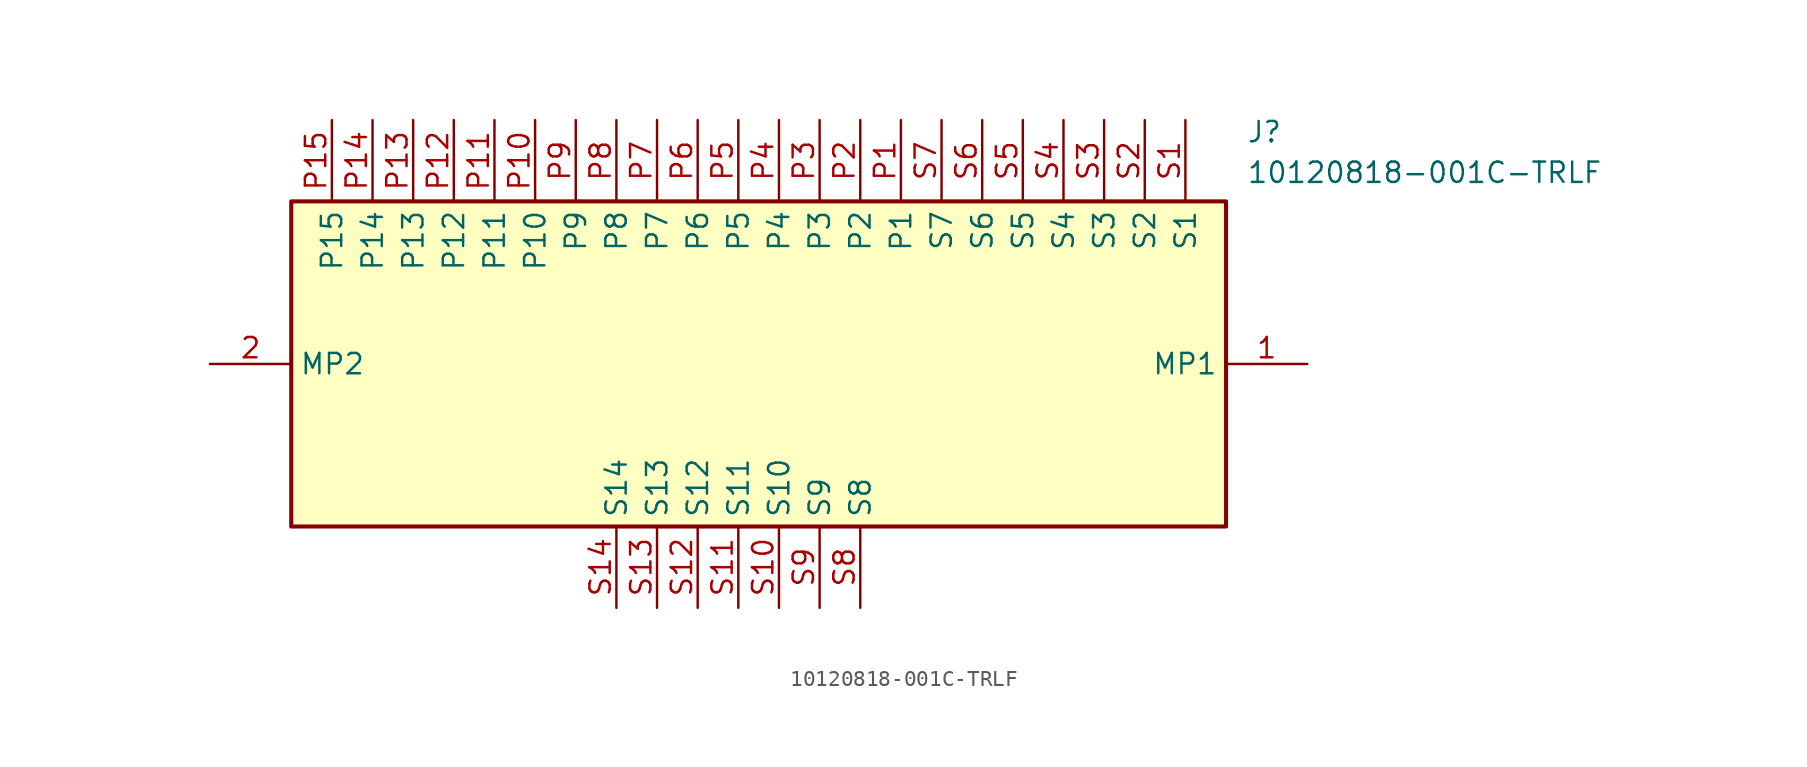
<source format=kicad_sym>
(kicad_symbol_lib
  (version 20231120)
  (generator "kicad_symbol_editor")
  (generator_version "8.0")
  (symbol "10120818-001C-TRLF"
    (property "Reference" "J"
      (at 64.77 15.24 0)
      (effects (font (size 1.27 1.27)) (justify left top)))
    (property "Value" "10120818-001C-TRLF"
      (at 64.77 12.7 0)
      (effects (font (size 1.27 1.27)) (justify left top)))
    (symbol "10120818-001C-TRLF_1_1"
      (rectangle (start 5.08 10.16) (end 63.5 -10.16) (stroke (width 0.254) (type default)) (fill (type background)))
      (pin passive line (at 68.58 0 180) (length 5.08) (name "MP1" (effects (font (size 1.27 1.27)))) (number "1" (effects (font (size 1.27 1.27)))))
      (pin passive line (at 0 0 0) (length 5.08) (name "MP2" (effects (font (size 1.27 1.27)))) (number "2" (effects (font (size 1.27 1.27)))))
      (pin passive line (at 43.18 15.24 270) (length 5.08) (name "P1" (effects (font (size 1.27 1.27)))) (number "P1" (effects (font (size 1.27 1.27)))))
      (pin passive line (at 20.32 15.24 270) (length 5.08) (name "P10" (effects (font (size 1.27 1.27)))) (number "P10" (effects (font (size 1.27 1.27)))))
      (pin passive line (at 17.78 15.24 270) (length 5.08) (name "P11" (effects (font (size 1.27 1.27)))) (number "P11" (effects (font (size 1.27 1.27)))))
      (pin passive line (at 15.24 15.24 270) (length 5.08) (name "P12" (effects (font (size 1.27 1.27)))) (number "P12" (effects (font (size 1.27 1.27)))))
      (pin passive line (at 12.7 15.24 270) (length 5.08) (name "P13" (effects (font (size 1.27 1.27)))) (number "P13" (effects (font (size 1.27 1.27)))))
      (pin passive line (at 10.16 15.24 270) (length 5.08) (name "P14" (effects (font (size 1.27 1.27)))) (number "P14" (effects (font (size 1.27 1.27)))))
      (pin passive line (at 7.62 15.24 270) (length 5.08) (name "P15" (effects (font (size 1.27 1.27)))) (number "P15" (effects (font (size 1.27 1.27)))))
      (pin passive line (at 40.64 15.24 270) (length 5.08) (name "P2" (effects (font (size 1.27 1.27)))) (number "P2" (effects (font (size 1.27 1.27)))))
      (pin passive line (at 38.1 15.24 270) (length 5.08) (name "P3" (effects (font (size 1.27 1.27)))) (number "P3" (effects (font (size 1.27 1.27)))))
      (pin passive line (at 35.56 15.24 270) (length 5.08) (name "P4" (effects (font (size 1.27 1.27)))) (number "P4" (effects (font (size 1.27 1.27)))))
      (pin passive line (at 33.02 15.24 270) (length 5.08) (name "P5" (effects (font (size 1.27 1.27)))) (number "P5" (effects (font (size 1.27 1.27)))))
      (pin passive line (at 30.48 15.24 270) (length 5.08) (name "P6" (effects (font (size 1.27 1.27)))) (number "P6" (effects (font (size 1.27 1.27)))))
      (pin passive line (at 27.94 15.24 270) (length 5.08) (name "P7" (effects (font (size 1.27 1.27)))) (number "P7" (effects (font (size 1.27 1.27)))))
      (pin passive line (at 25.4 15.24 270) (length 5.08) (name "P8" (effects (font (size 1.27 1.27)))) (number "P8" (effects (font (size 1.27 1.27)))))
      (pin passive line (at 22.86 15.24 270) (length 5.08) (name "P9" (effects (font (size 1.27 1.27)))) (number "P9" (effects (font (size 1.27 1.27)))))
      (pin passive line (at 60.96 15.24 270) (length 5.08) (name "S1" (effects (font (size 1.27 1.27)))) (number "S1" (effects (font (size 1.27 1.27)))))
      (pin passive line (at 35.56 -15.24 90) (length 5.08) (name "S10" (effects (font (size 1.27 1.27)))) (number "S10" (effects (font (size 1.27 1.27)))))
      (pin passive line (at 33.02 -15.24 90) (length 5.08) (name "S11" (effects (font (size 1.27 1.27)))) (number "S11" (effects (font (size 1.27 1.27)))))
      (pin passive line (at 30.48 -15.24 90) (length 5.08) (name "S12" (effects (font (size 1.27 1.27)))) (number "S12" (effects (font (size 1.27 1.27)))))
      (pin passive line (at 27.94 -15.24 90) (length 5.08) (name "S13" (effects (font (size 1.27 1.27)))) (number "S13" (effects (font (size 1.27 1.27)))))
      (pin passive line (at 25.4 -15.24 90) (length 5.08) (name "S14" (effects (font (size 1.27 1.27)))) (number "S14" (effects (font (size 1.27 1.27)))))
      (pin passive line (at 58.42 15.24 270) (length 5.08) (name "S2" (effects (font (size 1.27 1.27)))) (number "S2" (effects (font (size 1.27 1.27)))))
      (pin passive line (at 55.88 15.24 270) (length 5.08) (name "S3" (effects (font (size 1.27 1.27)))) (number "S3" (effects (font (size 1.27 1.27)))))
      (pin passive line (at 53.34 15.24 270) (length 5.08) (name "S4" (effects (font (size 1.27 1.27)))) (number "S4" (effects (font (size 1.27 1.27)))))
      (pin passive line (at 50.8 15.24 270) (length 5.08) (name "S5" (effects (font (size 1.27 1.27)))) (number "S5" (effects (font (size 1.27 1.27)))))
      (pin passive line (at 48.26 15.24 270) (length 5.08) (name "S6" (effects (font (size 1.27 1.27)))) (number "S6" (effects (font (size 1.27 1.27)))))
      (pin passive line (at 45.72 15.24 270) (length 5.08) (name "S7" (effects (font (size 1.27 1.27)))) (number "S7" (effects (font (size 1.27 1.27)))))
      (pin passive line (at 40.64 -15.24 90) (length 5.08) (name "S8" (effects (font (size 1.27 1.27)))) (number "S8" (effects (font (size 1.27 1.27)))))
      (pin passive line (at 38.1 -15.24 90) (length 5.08) (name "S9" (effects (font (size 1.27 1.27)))) (number "S9" (effects (font (size 1.27 1.27))))))))
</source>
